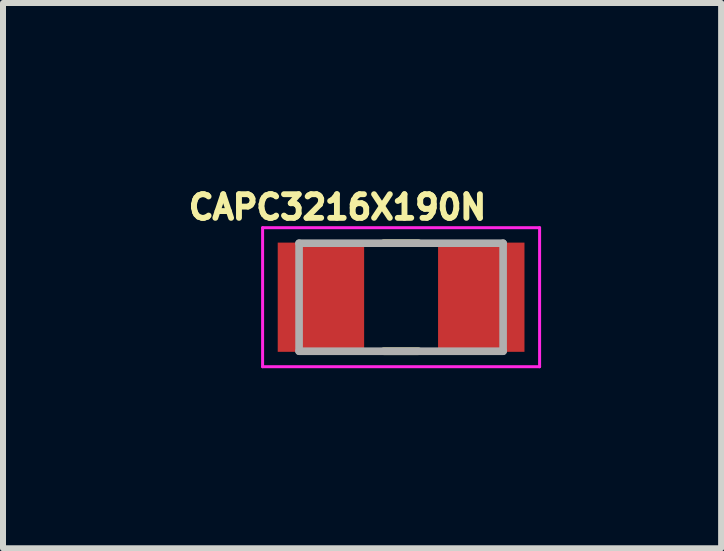
<source format=kicad_pcb>
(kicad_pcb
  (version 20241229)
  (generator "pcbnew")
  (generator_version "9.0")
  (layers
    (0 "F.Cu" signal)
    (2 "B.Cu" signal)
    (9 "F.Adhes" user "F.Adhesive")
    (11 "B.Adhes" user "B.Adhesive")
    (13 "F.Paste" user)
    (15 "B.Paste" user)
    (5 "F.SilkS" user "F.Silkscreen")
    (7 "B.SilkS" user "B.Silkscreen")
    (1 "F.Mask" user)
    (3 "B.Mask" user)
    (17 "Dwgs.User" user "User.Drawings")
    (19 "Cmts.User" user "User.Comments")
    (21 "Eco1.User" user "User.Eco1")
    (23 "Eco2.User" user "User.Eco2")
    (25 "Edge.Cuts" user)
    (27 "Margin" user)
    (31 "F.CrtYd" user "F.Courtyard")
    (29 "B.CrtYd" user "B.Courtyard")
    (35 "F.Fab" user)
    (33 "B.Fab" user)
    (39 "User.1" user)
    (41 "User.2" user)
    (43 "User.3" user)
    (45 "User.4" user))
  (footprint "CAPC3216X190N"
    (layer "F.Cu")
    (at 3.634 1.903)
    (property "Reference" "CAPC3216X190N" (at -1.06 -1.5 0) (layer "F.SilkS") (effects (font (size 0.394 0.394) (thickness 0.098))))
    (attr smd)
    (fp_line (start -0.29 -0.9) (end 0.29 -0.9) (stroke (width 0.127) (type solid)) (layer "F.SilkS"))
    (fp_line (start -0.29 0.9) (end 0.29 0.9) (stroke (width 0.127) (type solid)) (layer "F.SilkS"))
    (fp_line (start -2.308 -1.158) (end 2.308 -1.158) (stroke (width 0.05) (type solid)) (layer "F.CrtYd"))
    (fp_line (start -2.308 1.158) (end -2.308 -1.158) (stroke (width 0.05) (type solid)) (layer "F.CrtYd"))
    (fp_line (start -2.308 1.158) (end 2.308 1.158) (stroke (width 0.05) (type solid)) (layer "F.CrtYd"))
    (fp_line (start 2.308 1.158) (end 2.308 -1.158) (stroke (width 0.05) (type solid)) (layer "F.CrtYd"))
    (fp_line (start -1.7 0.9) (end -1.7 -0.9) (stroke (width 0.127) (type solid)) (layer "F.Fab"))
    (fp_line (start 1.7 -0.9) (end -1.7 -0.9) (stroke (width 0.127) (type solid)) (layer "F.Fab"))
    (fp_line (start 1.7 0.9) (end -1.7 0.9) (stroke (width 0.127) (type solid)) (layer "F.Fab"))
    (fp_line (start 1.7 0.9) (end 1.7 -0.9) (stroke (width 0.127) (type solid)) (layer "F.Fab"))
    (pad "1" smd rect (at -1.336 0) (size 1.44 1.82) (layers "F.Cu" "F.Mask" "F.Paste"))
    (pad "2" smd rect (at 1.336 0) (size 1.44 1.82) (layers "F.Cu" "F.Mask" "F.Paste")))
  (gr_rect
    (start -3 -3)
    (end 8.967 6.086)
    (stroke (width 0.1) (type default))
    (fill no)
    (layer "Edge.Cuts")))
</source>
